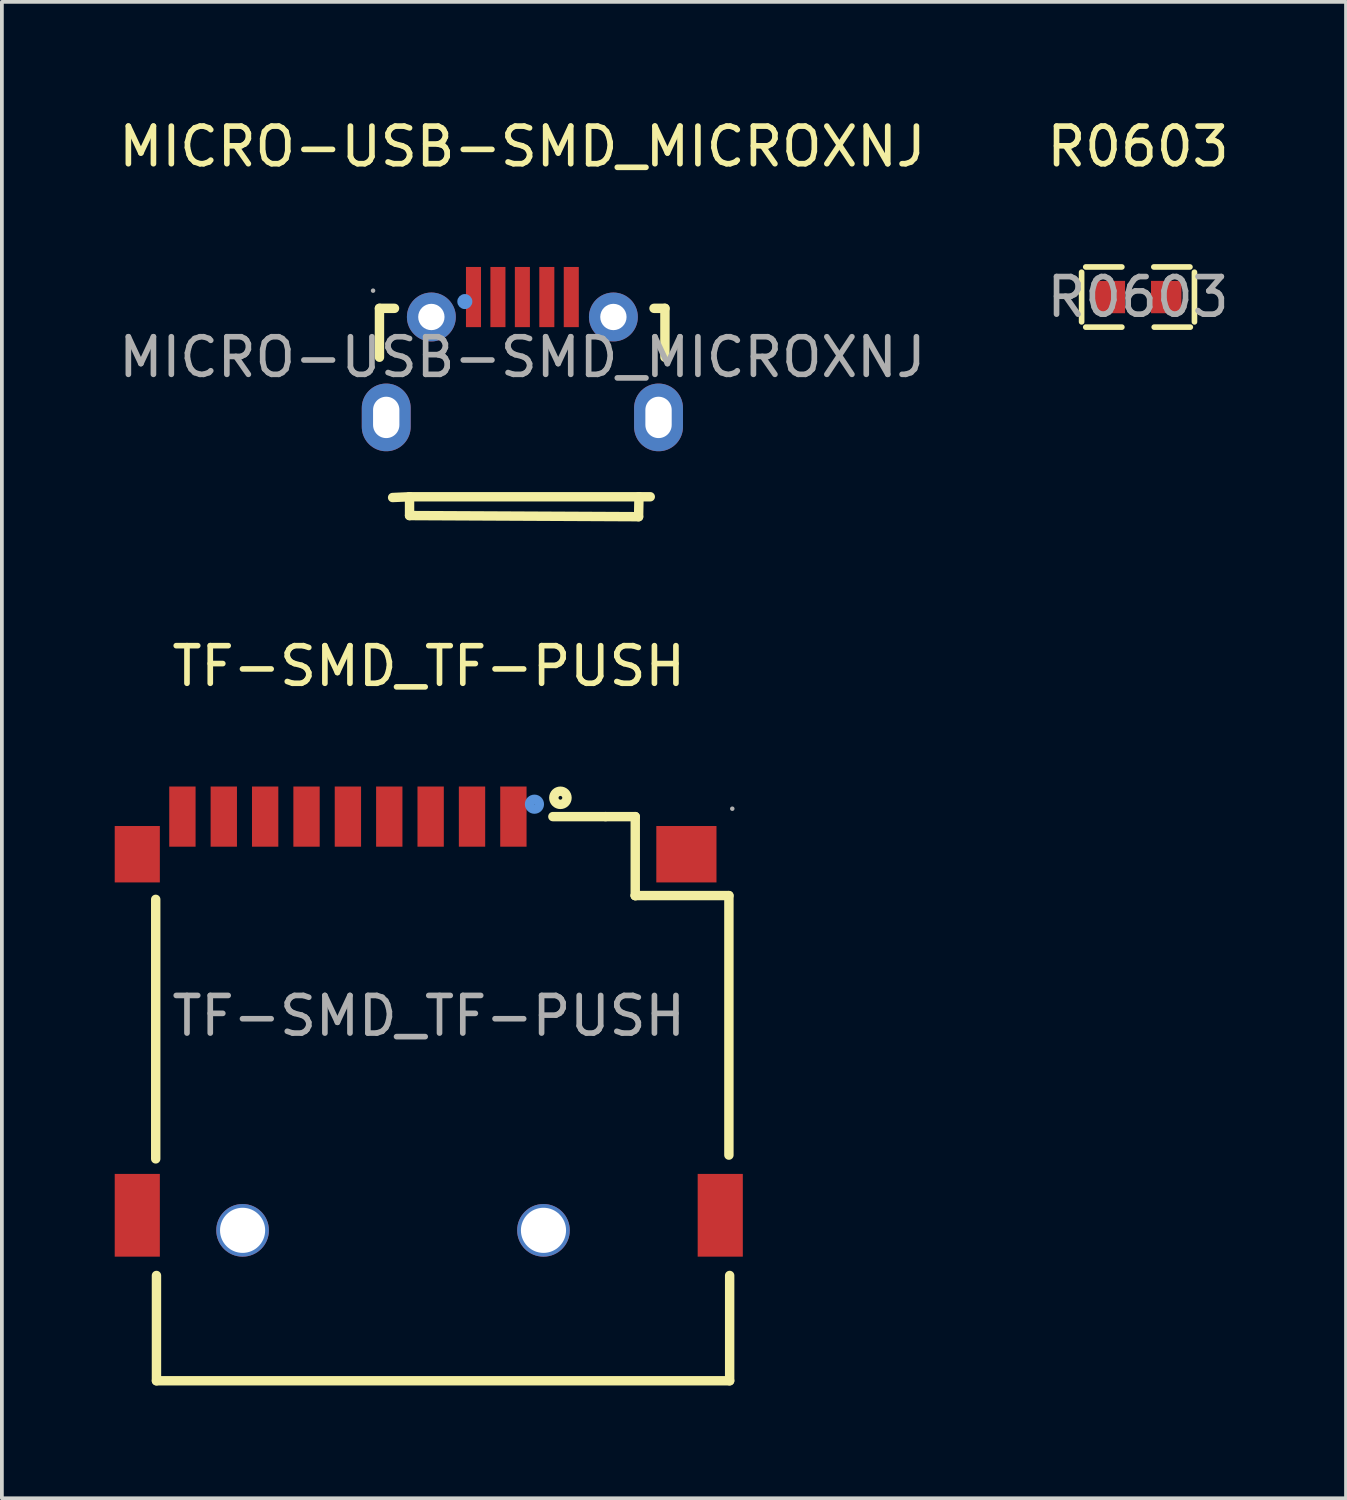
<source format=kicad_pcb>
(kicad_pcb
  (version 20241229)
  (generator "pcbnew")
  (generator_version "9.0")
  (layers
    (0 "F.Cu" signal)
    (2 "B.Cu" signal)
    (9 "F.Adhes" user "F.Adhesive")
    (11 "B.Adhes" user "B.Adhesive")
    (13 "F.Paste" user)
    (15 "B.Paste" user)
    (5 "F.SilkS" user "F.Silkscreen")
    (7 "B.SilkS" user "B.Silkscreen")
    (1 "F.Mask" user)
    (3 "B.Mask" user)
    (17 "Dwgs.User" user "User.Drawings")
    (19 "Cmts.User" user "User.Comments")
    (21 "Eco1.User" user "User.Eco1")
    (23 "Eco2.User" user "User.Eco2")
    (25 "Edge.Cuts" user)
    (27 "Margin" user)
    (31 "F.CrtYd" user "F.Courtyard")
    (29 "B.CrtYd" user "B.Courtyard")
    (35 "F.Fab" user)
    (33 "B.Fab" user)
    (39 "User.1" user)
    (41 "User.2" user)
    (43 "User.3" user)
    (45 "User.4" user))
  (footprint "MICRO-USB-SMD_MICROXNJ"
    (layer "F.Cu")
    (at 10.839 6.448)
    (property "Reference" "MICRO-USB-SMD_MICROXNJ" (at 0 -5.6 0) (layer "F.SilkS") (effects (font (size 1 1) (thickness 0.15))))
    (attr smd)
    (fp_line (start -3.8 -1.3) (end -3.4 -1.3) (stroke (width 0.25) (type solid)) (layer "F.SilkS"))
    (fp_line (start -3.8 0) (end -3.8 -1.3) (stroke (width 0.25) (type solid)) (layer "F.SilkS"))
    (fp_line (start -3 3.71) (end -3.45 3.73) (stroke (width 0.25) (type solid)) (layer "F.SilkS"))
    (fp_line (start -3 3.71) (end -3 4.21) (stroke (width 0.25) (type solid)) (layer "F.SilkS"))
    (fp_line (start -3 3.71) (end 3.1 3.71) (stroke (width 0.25) (type solid)) (layer "F.SilkS"))
    (fp_line (start -3 4.21) (end 3.09 4.24) (stroke (width 0.25) (type solid)) (layer "F.SilkS"))
    (fp_line (start 3.09 4.24) (end 3.1 3.71) (stroke (width 0.25) (type solid)) (layer "F.SilkS"))
    (fp_line (start 3.1 3.71) (end 3.4 3.71) (stroke (width 0.25) (type solid)) (layer "F.SilkS"))
    (fp_line (start 3.5 -1.3) (end 3.79 -1.3) (stroke (width 0.25) (type solid)) (layer "F.SilkS"))
    (fp_line (start 3.79 -1.3) (end 3.79 0) (stroke (width 0.25) (type solid)) (layer "F.SilkS"))
    (fp_circle (center -1.53 -1.48) (end -1.43 -1.48) (stroke (width 0.2) (type solid)) (fill no) (layer "Cmts.User"))
    (fp_circle (center -3.97 -1.77) (end -3.94 -1.77) (stroke (width 0.06) (type solid)) (fill no) (layer "F.Fab"))
    (fp_text user "${REFERENCE}" (at 0 0 0) (layer "F.Fab") (effects (font (size 1 1) (thickness 0.15))))
    (pad "1" smd rect (at -1.3 -1.6 270) (size 1.6 0.4) (layers "F.Cu" "F.Mask" "F.Paste"))
    (pad "2" smd rect (at -0.65 -1.6 270) (size 1.6 0.4) (layers "F.Cu" "F.Mask" "F.Paste"))
    (pad "3" smd rect (at 0 -1.6 270) (size 1.6 0.4) (layers "F.Cu" "F.Mask" "F.Paste"))
    (pad "4" smd rect (at 0.65 -1.6 270) (size 1.6 0.4) (layers "F.Cu" "F.Mask" "F.Paste"))
    (pad "5" smd rect (at 1.3 -1.6 270) (size 1.6 0.4) (layers "F.Cu" "F.Mask" "F.Paste"))
    (pad "6" thru_hole circle (at 2.42 -1.07) (size 1.3 1.3) (drill 0.7) (layers "*.Cu" "*.Mask"))
    (pad "7" thru_hole oval (at 3.62 1.6) (size 1.3 1.8) (drill oval 0.7 1.1) (layers "*.Cu" "*.Mask"))
    (pad "8" thru_hole oval (at -3.62 1.6) (size 1.3 1.8) (drill oval 0.7 1.1) (layers "*.Cu" "*.Mask"))
    (pad "9" thru_hole circle (at -2.42 -1.07) (size 1.3 1.3) (drill 0.7) (layers "*.Cu" "*.Mask")))
  (footprint "R0603"
    (layer "F.Cu")
    (at 27.208 4.848)
    (property "Reference" "R0603" (at 0 -4 0) (layer "F.SilkS") (effects (font (size 1 1) (thickness 0.15))))
    (attr smd)
    (fp_line (start -1.5 0.66) (end -1.5 -0.66) (stroke (width 0.15) (type solid)) (layer "F.SilkS"))
    (fp_line (start -1.39 -0.8) (end -0.43 -0.8) (stroke (width 0.15) (type solid)) (layer "F.SilkS"))
    (fp_line (start -0.43 0.8) (end -1.39 0.8) (stroke (width 0.15) (type solid)) (layer "F.SilkS"))
    (fp_line (start 0.43 0.8) (end 1.39 0.8) (stroke (width 0.15) (type solid)) (layer "F.SilkS"))
    (fp_line (start 1.38 -0.8) (end 0.42 -0.8) (stroke (width 0.15) (type solid)) (layer "F.SilkS"))
    (fp_line (start 1.5 0.66) (end 1.5 -0.66) (stroke (width 0.15) (type solid)) (layer "F.SilkS"))
    (fp_circle (center -0.8 0.4) (end -0.77 0.4) (stroke (width 0.06) (type solid)) (fill no) (layer "F.Fab"))
    (fp_text user "${REFERENCE}" (at 0 0 0) (layer "F.Fab") (effects (font (size 1 1) (thickness 0.15))))
    (pad "1" smd rect (at -0.75 0) (size 0.81 0.86) (layers "F.Cu" "F.Mask" "F.Paste"))
    (pad "2" smd rect (at 0.75 0) (size 0.81 0.86) (layers "F.Cu" "F.Mask" "F.Paste")))
  (footprint "TF-SMD_TF-PUSH"
    (layer "F.Cu")
    (at 8.35 23.962)
    (property "Reference" "TF-SMD_TF-PUSH" (at 0 -9.3 0) (layer "F.SilkS") (effects (font (size 1 1) (thickness 0.15))))
    (attr smd)
    (fp_line (start -7.26 -3.1) (end -7.26 3.8) (stroke (width 0.25) (type solid)) (layer "F.SilkS"))
    (fp_line (start -7.24 9.7) (end -7.24 6.9) (stroke (width 0.25) (type solid)) (layer "F.SilkS"))
    (fp_line (start -7.24 9.7) (end 8 9.7) (stroke (width 0.25) (type solid)) (layer "F.SilkS"))
    (fp_line (start 4.7 -5.3) (end 3.3 -5.3) (stroke (width 0.25) (type solid)) (layer "F.SilkS"))
    (fp_line (start 4.7 -5.3) (end 5.49 -5.3) (stroke (width 0.25) (type solid)) (layer "F.SilkS"))
    (fp_line (start 5.49 -5.3) (end 5.49 -3.2) (stroke (width 0.25) (type solid)) (layer "F.SilkS"))
    (fp_line (start 5.49 -3.2) (end 5.5 -3.2) (stroke (width 0.25) (type solid)) (layer "F.SilkS"))
    (fp_line (start 7.98 -3.2) (end 5.49 -3.2) (stroke (width 0.25) (type solid)) (layer "F.SilkS"))
    (fp_line (start 7.98 3.7) (end 7.98 -3.2) (stroke (width 0.25) (type solid)) (layer "F.SilkS"))
    (fp_line (start 8 9.7) (end 8 6.9) (stroke (width 0.25) (type solid)) (layer "F.SilkS"))
    (fp_circle (center 3.5 -5.8) (end 3.55 -5.8) (stroke (width 0.25) (type solid)) (fill no) (layer "F.SilkS"))
    (fp_circle (center -4.95 5.7) (end -4.75 5.7) (stroke (width 0.4) (type solid)) (fill no) (layer "Cmts.User"))
    (fp_circle (center 2.81 -5.63) (end 2.94 -5.63) (stroke (width 0.25) (type solid)) (fill no) (layer "Cmts.User"))
    (fp_circle (center 3.05 5.7) (end 3.25 5.7) (stroke (width 0.4) (type solid)) (fill no) (layer "Cmts.User"))
    (fp_circle (center 8.07 -5.51) (end 8.1 -5.51) (stroke (width 0.06) (type solid)) (fill no) (layer "F.Fab"))
    (fp_text user "${REFERENCE}" (at 0 0 0) (layer "F.Fab") (effects (font (size 1 1) (thickness 0.15))))
    (pad "" thru_hole circle (at -4.95 5.7) (size 1.4 1.4) (drill 1.2) (layers "*.Cu" "*.Mask"))
    (pad "" thru_hole circle (at 3.05 5.7) (size 1.4 1.4) (drill 1.2) (layers "*.Cu" "*.Mask"))
    (pad "1" smd rect (at 2.25 -5.3) (size 0.7 1.6) (layers "F.Cu" "F.Mask" "F.Paste"))
    (pad "2" smd rect (at 1.15 -5.3) (size 0.7 1.6) (layers "F.Cu" "F.Mask" "F.Paste"))
    (pad "3" smd rect (at 0.05 -5.3) (size 0.7 1.6) (layers "F.Cu" "F.Mask" "F.Paste"))
    (pad "4" smd rect (at -1.05 -5.3) (size 0.7 1.6) (layers "F.Cu" "F.Mask" "F.Paste"))
    (pad "5" smd rect (at -2.15 -5.3) (size 0.7 1.6) (layers "F.Cu" "F.Mask" "F.Paste"))
    (pad "6" smd rect (at -3.25 -5.3) (size 0.7 1.6) (layers "F.Cu" "F.Mask" "F.Paste"))
    (pad "7" smd rect (at -4.35 -5.3) (size 0.7 1.6) (layers "F.Cu" "F.Mask" "F.Paste"))
    (pad "8" smd rect (at -5.45 -5.3) (size 0.7 1.6) (layers "F.Cu" "F.Mask" "F.Paste"))
    (pad "9" smd rect (at -6.55 -5.3) (size 0.7 1.6) (layers "F.Cu" "F.Mask" "F.Paste"))
    (pad "10" smd rect (at -7.75 -4.3) (size 1.2 1.5) (layers "F.Cu" "F.Mask" "F.Paste"))
    (pad "11" smd rect (at -7.75 5.3) (size 1.2 2.2) (layers "F.Cu" "F.Mask" "F.Paste"))
    (pad "12" smd rect (at 7.75 5.3) (size 1.2 2.2) (layers "F.Cu" "F.Mask" "F.Paste"))
    (pad "13" smd rect (at 6.85 -4.3) (size 1.6 1.5) (layers "F.Cu" "F.Mask" "F.Paste")))
  (gr_rect
    (start -3 -3)
    (end 32.738 36.786)
    (stroke (width 0.1) (type default))
    (fill no)
    (layer "Edge.Cuts")))
</source>
